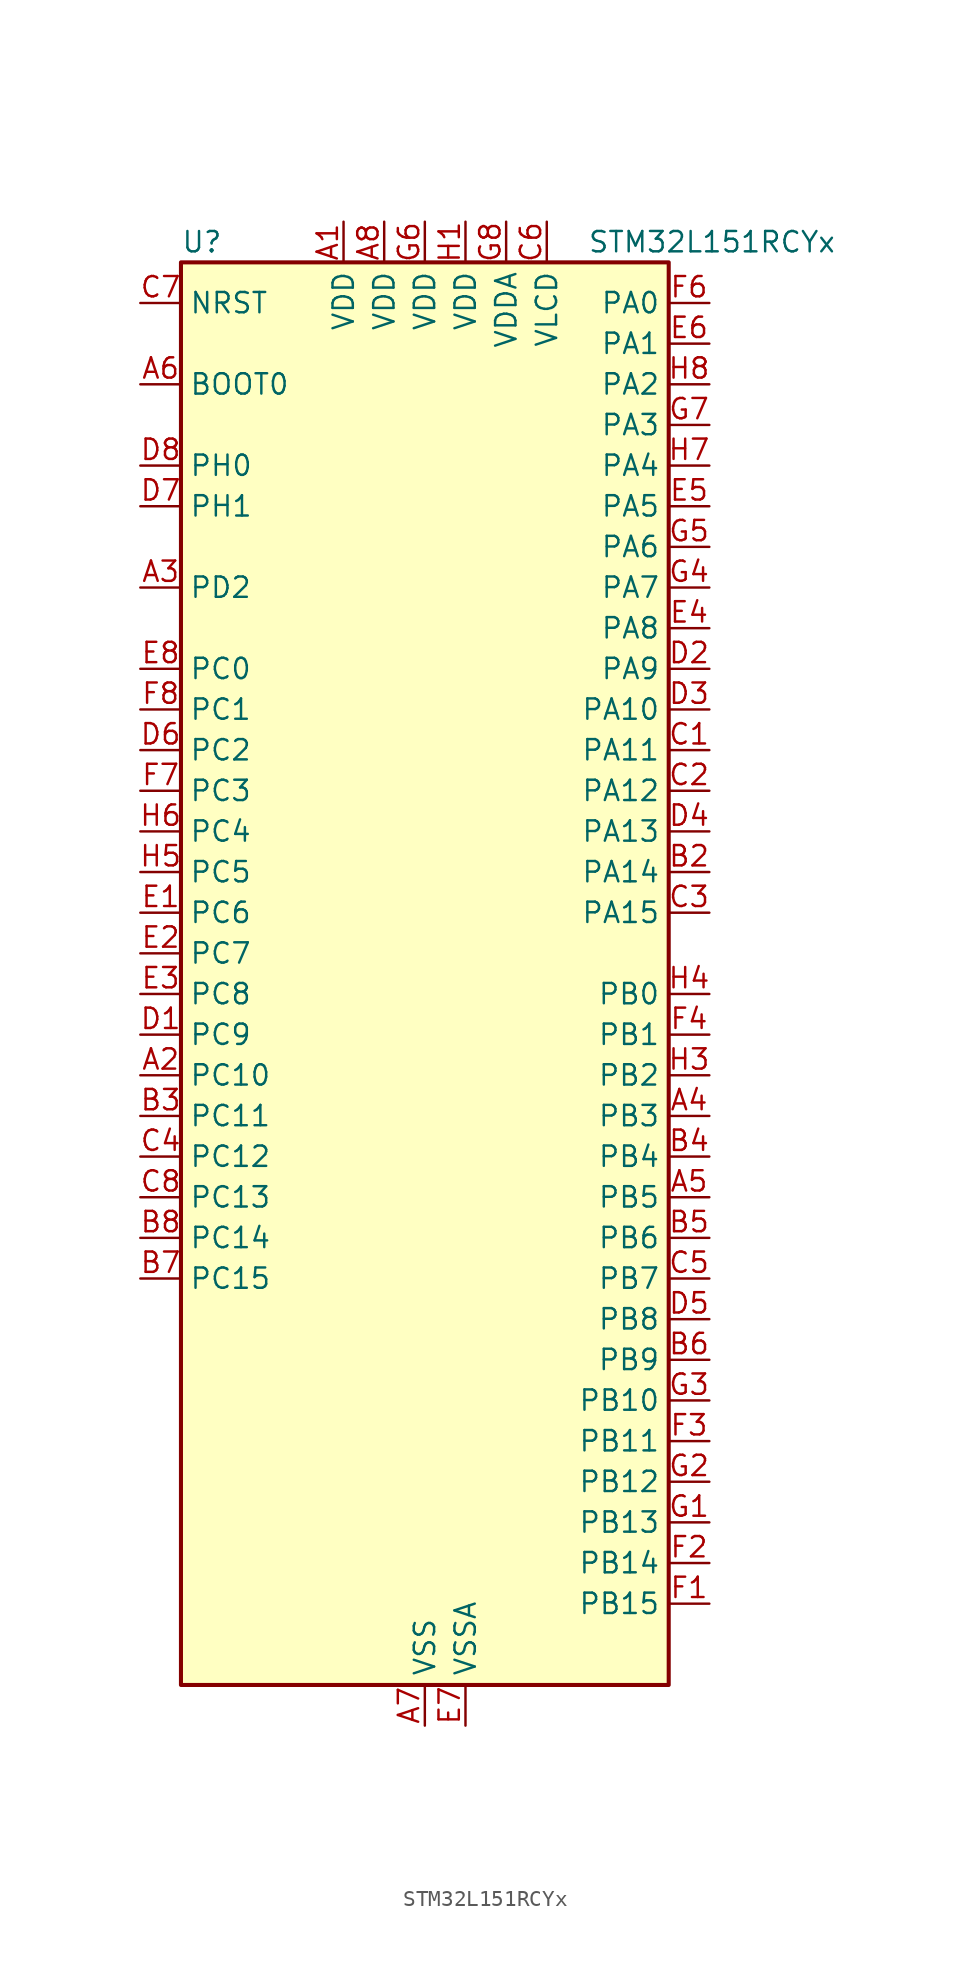
<source format=kicad_sym>
(kicad_symbol_lib
  (version 20231120)
  (generator "kicad-library-utils")
  (generator_version "8.0")
  (symbol "STM32L151RCYx"
    (property "Reference" "U"
      (at -15.24 46.99 0)
      (effects (font (size 1.27 1.27)) (justify left)))
    (property "Value" "STM32L151RCYx"
      (at 10.16 46.99 0)
      (effects (font (size 1.27 1.27)) (justify left)))
    (symbol "STM32L151RCYx_0_1"
      (rectangle (start -15.24 -43.18) (end 15.24 45.72) (stroke (width 0.254) (type default)) (fill (type background))))
    (symbol "STM32L151RCYx_1_1"
      (pin power_in line (at -5.08 48.26 270) (length 2.54) (name "VDD" (effects (font (size 1.27 1.27)))) (number "A1" (effects (font (size 1.27 1.27)))))
      (pin bidirectional line (at -17.78 -5.08 0) (length 2.54) (name "PC10" (effects (font (size 1.27 1.27)))) (number "A2" (effects (font (size 1.27 1.27)))) (alternate "I2S3_CK" bidirectional line) (alternate "SPI3_SCK" bidirectional line) (alternate "TIMX_IC3" bidirectional line) (alternate "USART3_TX" bidirectional line))
      (pin bidirectional line (at -17.78 25.4 0) (length 2.54) (name "PD2" (effects (font (size 1.27 1.27)))) (number "A3" (effects (font (size 1.27 1.27)))) (alternate "TIM3_ETR" bidirectional line) (alternate "TIMX_IC3" bidirectional line))
      (pin bidirectional line (at 17.78 -7.62 180) (length 2.54) (name "PB3" (effects (font (size 1.27 1.27)))) (number "A4" (effects (font (size 1.27 1.27)))) (alternate "COMP2_INM" bidirectional line) (alternate "I2S3_CK" bidirectional line) (alternate "SPI1_SCK" bidirectional line) (alternate "SPI3_SCK" bidirectional line) (alternate "SYS_JTDO-TRACESWO" bidirectional line) (alternate "TIM2_CH2" bidirectional line))
      (pin bidirectional line (at 17.78 -12.7 180) (length 2.54) (name "PB5" (effects (font (size 1.27 1.27)))) (number "A5" (effects (font (size 1.27 1.27)))) (alternate "COMP2_INP" bidirectional line) (alternate "I2C1_SMBA" bidirectional line) (alternate "I2S3_SD" bidirectional line) (alternate "SPI1_MOSI" bidirectional line) (alternate "SPI3_MOSI" bidirectional line) (alternate "TIM3_CH2" bidirectional line) (alternate "TS_G6_IO2" bidirectional line))
      (pin input line (at -17.78 38.1 0) (length 2.54) (name "BOOT0" (effects (font (size 1.27 1.27)))) (number "A6" (effects (font (size 1.27 1.27)))))
      (pin power_in line (at 0 -45.72 90) (length 2.54) (name "VSS" (effects (font (size 1.27 1.27)))) (number "A7" (effects (font (size 1.27 1.27)))))
      (pin power_in line (at -2.54 48.26 270) (length 2.54) (name "VDD" (effects (font (size 1.27 1.27)))) (number "A8" (effects (font (size 1.27 1.27)))))
      (pin passive line (at 0 -45.72 90) (length 2.54) hide (name "VSS" (effects (font (size 1.27 1.27)))) (number "B1" (effects (font (size 1.27 1.27)))))
      (pin bidirectional line (at 17.78 7.62 180) (length 2.54) (name "PA14" (effects (font (size 1.27 1.27)))) (number "B2" (effects (font (size 1.27 1.27)))) (alternate "SYS_JTCK-SWCLK" bidirectional line) (alternate "TIMX_IC3" bidirectional line) (alternate "TS_G5_IO2" bidirectional line))
      (pin bidirectional line (at -17.78 -7.62 0) (length 2.54) (name "PC11" (effects (font (size 1.27 1.27)))) (number "B3" (effects (font (size 1.27 1.27)))) (alternate "ADC_EXTI11" bidirectional line) (alternate "SPI3_MISO" bidirectional line) (alternate "TIMX_IC4" bidirectional line) (alternate "USART3_RX" bidirectional line))
      (pin bidirectional line (at 17.78 -10.16 180) (length 2.54) (name "PB4" (effects (font (size 1.27 1.27)))) (number "B4" (effects (font (size 1.27 1.27)))) (alternate "COMP2_INP" bidirectional line) (alternate "SPI1_MISO" bidirectional line) (alternate "SPI3_MISO" bidirectional line) (alternate "SYS_JTRST" bidirectional line) (alternate "TIM3_CH1" bidirectional line) (alternate "TS_G6_IO1" bidirectional line))
      (pin bidirectional line (at 17.78 -15.24 180) (length 2.54) (name "PB6" (effects (font (size 1.27 1.27)))) (number "B5" (effects (font (size 1.27 1.27)))) (alternate "COMP2_INP" bidirectional line) (alternate "I2C1_SCL" bidirectional line) (alternate "TIM4_CH1" bidirectional line) (alternate "TS_G6_IO3" bidirectional line) (alternate "USART1_TX" bidirectional line))
      (pin bidirectional line (at 17.78 -22.86 180) (length 2.54) (name "PB9" (effects (font (size 1.27 1.27)))) (number "B6" (effects (font (size 1.27 1.27)))) (alternate "DAC_EXTI9" bidirectional line) (alternate "I2C1_SDA" bidirectional line) (alternate "TIM11_CH1" bidirectional line) (alternate "TIM4_CH4" bidirectional line))
      (pin bidirectional line (at -17.78 -17.78 0) (length 2.54) (name "PC15" (effects (font (size 1.27 1.27)))) (number "B7" (effects (font (size 1.27 1.27)))) (alternate "ADC_EXTI15" bidirectional line) (alternate "RCC_OSC32_OUT" bidirectional line) (alternate "TIMX_IC4" bidirectional line))
      (pin bidirectional line (at -17.78 -15.24 0) (length 2.54) (name "PC14" (effects (font (size 1.27 1.27)))) (number "B8" (effects (font (size 1.27 1.27)))) (alternate "RCC_OSC32_IN" bidirectional line) (alternate "TIMX_IC3" bidirectional line))
      (pin bidirectional line (at 17.78 15.24 180) (length 2.54) (name "PA11" (effects (font (size 1.27 1.27)))) (number "C1" (effects (font (size 1.27 1.27)))) (alternate "ADC_EXTI11" bidirectional line) (alternate "SPI1_MISO" bidirectional line) (alternate "TIMX_IC4" bidirectional line) (alternate "USART1_CTS" bidirectional line) (alternate "USB_DM" bidirectional line))
      (pin bidirectional line (at 17.78 12.7 180) (length 2.54) (name "PA12" (effects (font (size 1.27 1.27)))) (number "C2" (effects (font (size 1.27 1.27)))) (alternate "SPI1_MOSI" bidirectional line) (alternate "TIMX_IC1" bidirectional line) (alternate "USART1_RTS" bidirectional line) (alternate "USB_DP" bidirectional line))
      (pin bidirectional line (at 17.78 5.08 180) (length 2.54) (name "PA15" (effects (font (size 1.27 1.27)))) (number "C3" (effects (font (size 1.27 1.27)))) (alternate "ADC_EXTI15" bidirectional line) (alternate "I2S3_WS" bidirectional line) (alternate "SPI1_NSS" bidirectional line) (alternate "SPI3_NSS" bidirectional line) (alternate "SYS_JTDI" bidirectional line) (alternate "TIM2_CH1" bidirectional line) (alternate "TIM2_ETR" bidirectional line) (alternate "TIMX_IC4" bidirectional line) (alternate "TS_G5_IO3" bidirectional line))
      (pin bidirectional line (at -17.78 -10.16 0) (length 2.54) (name "PC12" (effects (font (size 1.27 1.27)))) (number "C4" (effects (font (size 1.27 1.27)))) (alternate "I2S3_SD" bidirectional line) (alternate "SPI3_MOSI" bidirectional line) (alternate "TIMX_IC1" bidirectional line) (alternate "USART3_CK" bidirectional line))
      (pin bidirectional line (at 17.78 -17.78 180) (length 2.54) (name "PB7" (effects (font (size 1.27 1.27)))) (number "C5" (effects (font (size 1.27 1.27)))) (alternate "COMP2_INP" bidirectional line) (alternate "I2C1_SDA" bidirectional line) (alternate "SYS_PVD_IN" bidirectional line) (alternate "TIM4_CH2" bidirectional line) (alternate "TS_G6_IO4" bidirectional line) (alternate "USART1_RX" bidirectional line))
      (pin power_in line (at 7.62 48.26 270) (length 2.54) (name "VLCD" (effects (font (size 1.27 1.27)))) (number "C6" (effects (font (size 1.27 1.27)))))
      (pin input line (at -17.78 43.18 0) (length 2.54) (name "NRST" (effects (font (size 1.27 1.27)))) (number "C7" (effects (font (size 1.27 1.27)))))
      (pin bidirectional line (at -17.78 -12.7 0) (length 2.54) (name "PC13" (effects (font (size 1.27 1.27)))) (number "C8" (effects (font (size 1.27 1.27)))) (alternate "RTC_OUT_ALARM" bidirectional line) (alternate "RTC_OUT_CALIB" bidirectional line) (alternate "RTC_TAMP1" bidirectional line) (alternate "RTC_TS" bidirectional line) (alternate "SYS_WKUP2" bidirectional line) (alternate "TIMX_IC2" bidirectional line))
      (pin bidirectional line (at -17.78 -2.54 0) (length 2.54) (name "PC9" (effects (font (size 1.27 1.27)))) (number "D1" (effects (font (size 1.27 1.27)))) (alternate "DAC_EXTI9" bidirectional line) (alternate "TIM3_CH4" bidirectional line) (alternate "TIMX_IC2" bidirectional line) (alternate "TS_G10_IO4" bidirectional line))
      (pin bidirectional line (at 17.78 20.32 180) (length 2.54) (name "PA9" (effects (font (size 1.27 1.27)))) (number "D2" (effects (font (size 1.27 1.27)))) (alternate "DAC_EXTI9" bidirectional line) (alternate "TIMX_IC2" bidirectional line) (alternate "TS_G4_IO2" bidirectional line) (alternate "USART1_TX" bidirectional line))
      (pin bidirectional line (at 17.78 17.78 180) (length 2.54) (name "PA10" (effects (font (size 1.27 1.27)))) (number "D3" (effects (font (size 1.27 1.27)))) (alternate "TIMX_IC3" bidirectional line) (alternate "TS_G4_IO3" bidirectional line) (alternate "USART1_RX" bidirectional line))
      (pin bidirectional line (at 17.78 10.16 180) (length 2.54) (name "PA13" (effects (font (size 1.27 1.27)))) (number "D4" (effects (font (size 1.27 1.27)))) (alternate "SYS_JTMS-SWDIO" bidirectional line) (alternate "TIMX_IC2" bidirectional line) (alternate "TS_G5_IO1" bidirectional line))
      (pin bidirectional line (at 17.78 -20.32 180) (length 2.54) (name "PB8" (effects (font (size 1.27 1.27)))) (number "D5" (effects (font (size 1.27 1.27)))) (alternate "I2C1_SCL" bidirectional line) (alternate "TIM10_CH1" bidirectional line) (alternate "TIM4_CH3" bidirectional line))
      (pin bidirectional line (at -17.78 15.24 0) (length 2.54) (name "PC2" (effects (font (size 1.27 1.27)))) (number "D6" (effects (font (size 1.27 1.27)))) (alternate "ADC_IN12" bidirectional line) (alternate "COMP1_INP" bidirectional line) (alternate "TIMX_IC3" bidirectional line) (alternate "TS_G8_IO3" bidirectional line))
      (pin bidirectional line (at -17.78 30.48 0) (length 2.54) (name "PH1" (effects (font (size 1.27 1.27)))) (number "D7" (effects (font (size 1.27 1.27)))) (alternate "RCC_OSC_OUT" bidirectional line))
      (pin bidirectional line (at -17.78 33.02 0) (length 2.54) (name "PH0" (effects (font (size 1.27 1.27)))) (number "D8" (effects (font (size 1.27 1.27)))) (alternate "RCC_OSC_IN" bidirectional line))
      (pin bidirectional line (at -17.78 5.08 0) (length 2.54) (name "PC6" (effects (font (size 1.27 1.27)))) (number "E1" (effects (font (size 1.27 1.27)))) (alternate "I2S2_MCK" bidirectional line) (alternate "TIM3_CH1" bidirectional line) (alternate "TIMX_IC3" bidirectional line) (alternate "TS_G10_IO1" bidirectional line))
      (pin bidirectional line (at -17.78 2.54 0) (length 2.54) (name "PC7" (effects (font (size 1.27 1.27)))) (number "E2" (effects (font (size 1.27 1.27)))) (alternate "I2S3_MCK" bidirectional line) (alternate "TIM3_CH2" bidirectional line) (alternate "TIMX_IC4" bidirectional line) (alternate "TS_G10_IO2" bidirectional line))
      (pin bidirectional line (at -17.78 0 0) (length 2.54) (name "PC8" (effects (font (size 1.27 1.27)))) (number "E3" (effects (font (size 1.27 1.27)))) (alternate "TIM3_CH3" bidirectional line) (alternate "TIMX_IC1" bidirectional line) (alternate "TS_G10_IO3" bidirectional line))
      (pin bidirectional line (at 17.78 22.86 180) (length 2.54) (name "PA8" (effects (font (size 1.27 1.27)))) (number "E4" (effects (font (size 1.27 1.27)))) (alternate "RCC_MCO" bidirectional line) (alternate "TIMX_IC1" bidirectional line) (alternate "TS_G4_IO1" bidirectional line) (alternate "USART1_CK" bidirectional line))
      (pin bidirectional line (at 17.78 30.48 180) (length 2.54) (name "PA5" (effects (font (size 1.27 1.27)))) (number "E5" (effects (font (size 1.27 1.27)))) (alternate "ADC_IN5" bidirectional line) (alternate "COMP1_INP" bidirectional line) (alternate "DAC_OUT2" bidirectional line) (alternate "SPI1_SCK" bidirectional line) (alternate "TIM2_CH1" bidirectional line) (alternate "TIM2_ETR" bidirectional line) (alternate "TIMX_IC2" bidirectional line))
      (pin bidirectional line (at 17.78 40.64 180) (length 2.54) (name "PA1" (effects (font (size 1.27 1.27)))) (number "E6" (effects (font (size 1.27 1.27)))) (alternate "ADC_IN1" bidirectional line) (alternate "COMP1_INP" bidirectional line) (alternate "OPAMP1_VINP" bidirectional line) (alternate "TIM2_CH2" bidirectional line) (alternate "TIM5_CH2" bidirectional line) (alternate "TIMX_IC2" bidirectional line) (alternate "TS_G1_IO2" bidirectional line) (alternate "USART2_RTS" bidirectional line))
      (pin power_in line (at 2.54 -45.72 90) (length 2.54) (name "VSSA" (effects (font (size 1.27 1.27)))) (number "E7" (effects (font (size 1.27 1.27)))))
      (pin bidirectional line (at -17.78 20.32 0) (length 2.54) (name "PC0" (effects (font (size 1.27 1.27)))) (number "E8" (effects (font (size 1.27 1.27)))) (alternate "ADC_IN10" bidirectional line) (alternate "COMP1_INP" bidirectional line) (alternate "TIMX_IC1" bidirectional line) (alternate "TS_G8_IO1" bidirectional line))
      (pin bidirectional line (at 17.78 -38.1 180) (length 2.54) (name "PB15" (effects (font (size 1.27 1.27)))) (number "F1" (effects (font (size 1.27 1.27)))) (alternate "ADC_EXTI15" bidirectional line) (alternate "ADC_IN21" bidirectional line) (alternate "COMP1_INP" bidirectional line) (alternate "I2S2_SD" bidirectional line) (alternate "RTC_REFIN" bidirectional line) (alternate "SPI2_MOSI" bidirectional line) (alternate "TIM11_CH1" bidirectional line) (alternate "TS_G7_IO4" bidirectional line))
      (pin bidirectional line (at 17.78 -35.56 180) (length 2.54) (name "PB14" (effects (font (size 1.27 1.27)))) (number "F2" (effects (font (size 1.27 1.27)))) (alternate "ADC_IN20" bidirectional line) (alternate "COMP1_INP" bidirectional line) (alternate "SPI2_MISO" bidirectional line) (alternate "TIM9_CH2" bidirectional line) (alternate "TS_G7_IO3" bidirectional line) (alternate "USART3_RTS" bidirectional line))
      (pin bidirectional line (at 17.78 -27.94 180) (length 2.54) (name "PB11" (effects (font (size 1.27 1.27)))) (number "F3" (effects (font (size 1.27 1.27)))) (alternate "ADC_EXTI11" bidirectional line) (alternate "I2C2_SDA" bidirectional line) (alternate "TIM2_CH4" bidirectional line) (alternate "USART3_RX" bidirectional line))
      (pin bidirectional line (at 17.78 -2.54 180) (length 2.54) (name "PB1" (effects (font (size 1.27 1.27)))) (number "F4" (effects (font (size 1.27 1.27)))) (alternate "ADC_IN9" bidirectional line) (alternate "COMP1_INP" bidirectional line) (alternate "SYS_V_REF_OUT" bidirectional line) (alternate "TIM3_CH4" bidirectional line) (alternate "TS_G3_IO2" bidirectional line))
      (pin passive line (at 0 -45.72 90) (length 2.54) hide (name "VSS" (effects (font (size 1.27 1.27)))) (number "F5" (effects (font (size 1.27 1.27)))))
      (pin bidirectional line (at 17.78 43.18 180) (length 2.54) (name "PA0" (effects (font (size 1.27 1.27)))) (number "F6" (effects (font (size 1.27 1.27)))) (alternate "ADC_IN0" bidirectional line) (alternate "COMP1_INP" bidirectional line) (alternate "RTC_TAMP2" bidirectional line) (alternate "SYS_WKUP1" bidirectional line) (alternate "TIM2_CH1" bidirectional line) (alternate "TIM2_ETR" bidirectional line) (alternate "TIM5_CH1" bidirectional line) (alternate "TIMX_IC1" bidirectional line) (alternate "TS_G1_IO1" bidirectional line) (alternate "USART2_CTS" bidirectional line))
      (pin bidirectional line (at -17.78 12.7 0) (length 2.54) (name "PC3" (effects (font (size 1.27 1.27)))) (number "F7" (effects (font (size 1.27 1.27)))) (alternate "ADC_IN13" bidirectional line) (alternate "COMP1_INP" bidirectional line) (alternate "TIMX_IC4" bidirectional line) (alternate "TS_G8_IO4" bidirectional line))
      (pin bidirectional line (at -17.78 17.78 0) (length 2.54) (name "PC1" (effects (font (size 1.27 1.27)))) (number "F8" (effects (font (size 1.27 1.27)))) (alternate "ADC_IN11" bidirectional line) (alternate "COMP1_INP" bidirectional line) (alternate "TIMX_IC2" bidirectional line) (alternate "TS_G8_IO2" bidirectional line))
      (pin bidirectional line (at 17.78 -33.02 180) (length 2.54) (name "PB13" (effects (font (size 1.27 1.27)))) (number "G1" (effects (font (size 1.27 1.27)))) (alternate "ADC_IN19" bidirectional line) (alternate "COMP1_INP" bidirectional line) (alternate "I2S2_CK" bidirectional line) (alternate "SPI2_SCK" bidirectional line) (alternate "TIM9_CH1" bidirectional line) (alternate "TS_G7_IO2" bidirectional line) (alternate "USART3_CTS" bidirectional line))
      (pin bidirectional line (at 17.78 -30.48 180) (length 2.54) (name "PB12" (effects (font (size 1.27 1.27)))) (number "G2" (effects (font (size 1.27 1.27)))) (alternate "ADC_IN18" bidirectional line) (alternate "COMP1_INP" bidirectional line) (alternate "I2C2_SMBA" bidirectional line) (alternate "I2S2_WS" bidirectional line) (alternate "SPI2_NSS" bidirectional line) (alternate "TIM10_CH1" bidirectional line) (alternate "TS_G7_IO1" bidirectional line) (alternate "USART3_CK" bidirectional line))
      (pin bidirectional line (at 17.78 -25.4 180) (length 2.54) (name "PB10" (effects (font (size 1.27 1.27)))) (number "G3" (effects (font (size 1.27 1.27)))) (alternate "I2C2_SCL" bidirectional line) (alternate "TIM2_CH3" bidirectional line) (alternate "USART3_TX" bidirectional line))
      (pin bidirectional line (at 17.78 25.4 180) (length 2.54) (name "PA7" (effects (font (size 1.27 1.27)))) (number "G4" (effects (font (size 1.27 1.27)))) (alternate "ADC_IN7" bidirectional line) (alternate "COMP1_INP" bidirectional line) (alternate "OPAMP2_VINM" bidirectional line) (alternate "SPI1_MOSI" bidirectional line) (alternate "TIM11_CH1" bidirectional line) (alternate "TIM3_CH2" bidirectional line) (alternate "TIMX_IC4" bidirectional line) (alternate "TS_G2_IO2" bidirectional line))
      (pin bidirectional line (at 17.78 27.94 180) (length 2.54) (name "PA6" (effects (font (size 1.27 1.27)))) (number "G5" (effects (font (size 1.27 1.27)))) (alternate "ADC_IN6" bidirectional line) (alternate "COMP1_INP" bidirectional line) (alternate "OPAMP2_VINP" bidirectional line) (alternate "SPI1_MISO" bidirectional line) (alternate "TIM10_CH1" bidirectional line) (alternate "TIM3_CH1" bidirectional line) (alternate "TIMX_IC3" bidirectional line) (alternate "TS_G2_IO1" bidirectional line))
      (pin power_in line (at 0 48.26 270) (length 2.54) (name "VDD" (effects (font (size 1.27 1.27)))) (number "G6" (effects (font (size 1.27 1.27)))))
      (pin bidirectional line (at 17.78 35.56 180) (length 2.54) (name "PA3" (effects (font (size 1.27 1.27)))) (number "G7" (effects (font (size 1.27 1.27)))) (alternate "ADC_IN3" bidirectional line) (alternate "COMP1_INP" bidirectional line) (alternate "OPAMP1_VOUT" bidirectional line) (alternate "TIM2_CH4" bidirectional line) (alternate "TIM5_CH4" bidirectional line) (alternate "TIM9_CH2" bidirectional line) (alternate "TIMX_IC4" bidirectional line) (alternate "TS_G1_IO4" bidirectional line) (alternate "USART2_RX" bidirectional line))
      (pin power_in line (at 5.08 48.26 270) (length 2.54) (name "VDDA" (effects (font (size 1.27 1.27)))) (number "G8" (effects (font (size 1.27 1.27)))))
      (pin power_in line (at 2.54 48.26 270) (length 2.54) (name "VDD" (effects (font (size 1.27 1.27)))) (number "H1" (effects (font (size 1.27 1.27)))))
      (pin passive line (at 0 -45.72 90) (length 2.54) hide (name "VSS" (effects (font (size 1.27 1.27)))) (number "H2" (effects (font (size 1.27 1.27)))))
      (pin bidirectional line (at 17.78 -5.08 180) (length 2.54) (name "PB2" (effects (font (size 1.27 1.27)))) (number "H3" (effects (font (size 1.27 1.27)))) (alternate "TS_G3_IO3" bidirectional line))
      (pin bidirectional line (at 17.78 0 180) (length 2.54) (name "PB0" (effects (font (size 1.27 1.27)))) (number "H4" (effects (font (size 1.27 1.27)))) (alternate "ADC_IN8" bidirectional line) (alternate "COMP1_INP" bidirectional line) (alternate "OPAMP2_VOUT" bidirectional line) (alternate "SYS_V_REF_OUT" bidirectional line) (alternate "TIM3_CH3" bidirectional line) (alternate "TS_G3_IO1" bidirectional line))
      (pin bidirectional line (at -17.78 7.62 0) (length 2.54) (name "PC5" (effects (font (size 1.27 1.27)))) (number "H5" (effects (font (size 1.27 1.27)))) (alternate "ADC_IN15" bidirectional line) (alternate "COMP1_INP" bidirectional line) (alternate "TIMX_IC2" bidirectional line) (alternate "TS_G9_IO2" bidirectional line))
      (pin bidirectional line (at -17.78 10.16 0) (length 2.54) (name "PC4" (effects (font (size 1.27 1.27)))) (number "H6" (effects (font (size 1.27 1.27)))) (alternate "ADC_IN14" bidirectional line) (alternate "COMP1_INP" bidirectional line) (alternate "TIMX_IC1" bidirectional line) (alternate "TS_G9_IO1" bidirectional line))
      (pin bidirectional line (at 17.78 33.02 180) (length 2.54) (name "PA4" (effects (font (size 1.27 1.27)))) (number "H7" (effects (font (size 1.27 1.27)))) (alternate "ADC_IN4" bidirectional line) (alternate "COMP1_INP" bidirectional line) (alternate "DAC_OUT1" bidirectional line) (alternate "I2S3_WS" bidirectional line) (alternate "SPI1_NSS" bidirectional line) (alternate "SPI3_NSS" bidirectional line) (alternate "TIMX_IC1" bidirectional line) (alternate "USART2_CK" bidirectional line))
      (pin bidirectional line (at 17.78 38.1 180) (length 2.54) (name "PA2" (effects (font (size 1.27 1.27)))) (number "H8" (effects (font (size 1.27 1.27)))) (alternate "ADC_IN2" bidirectional line) (alternate "COMP1_INP" bidirectional line) (alternate "OPAMP1_VINM" bidirectional line) (alternate "TIM2_CH3" bidirectional line) (alternate "TIM5_CH3" bidirectional line) (alternate "TIM9_CH1" bidirectional line) (alternate "TIMX_IC3" bidirectional line) (alternate "TS_G1_IO3" bidirectional line) (alternate "USART2_TX" bidirectional line)))))
</source>
